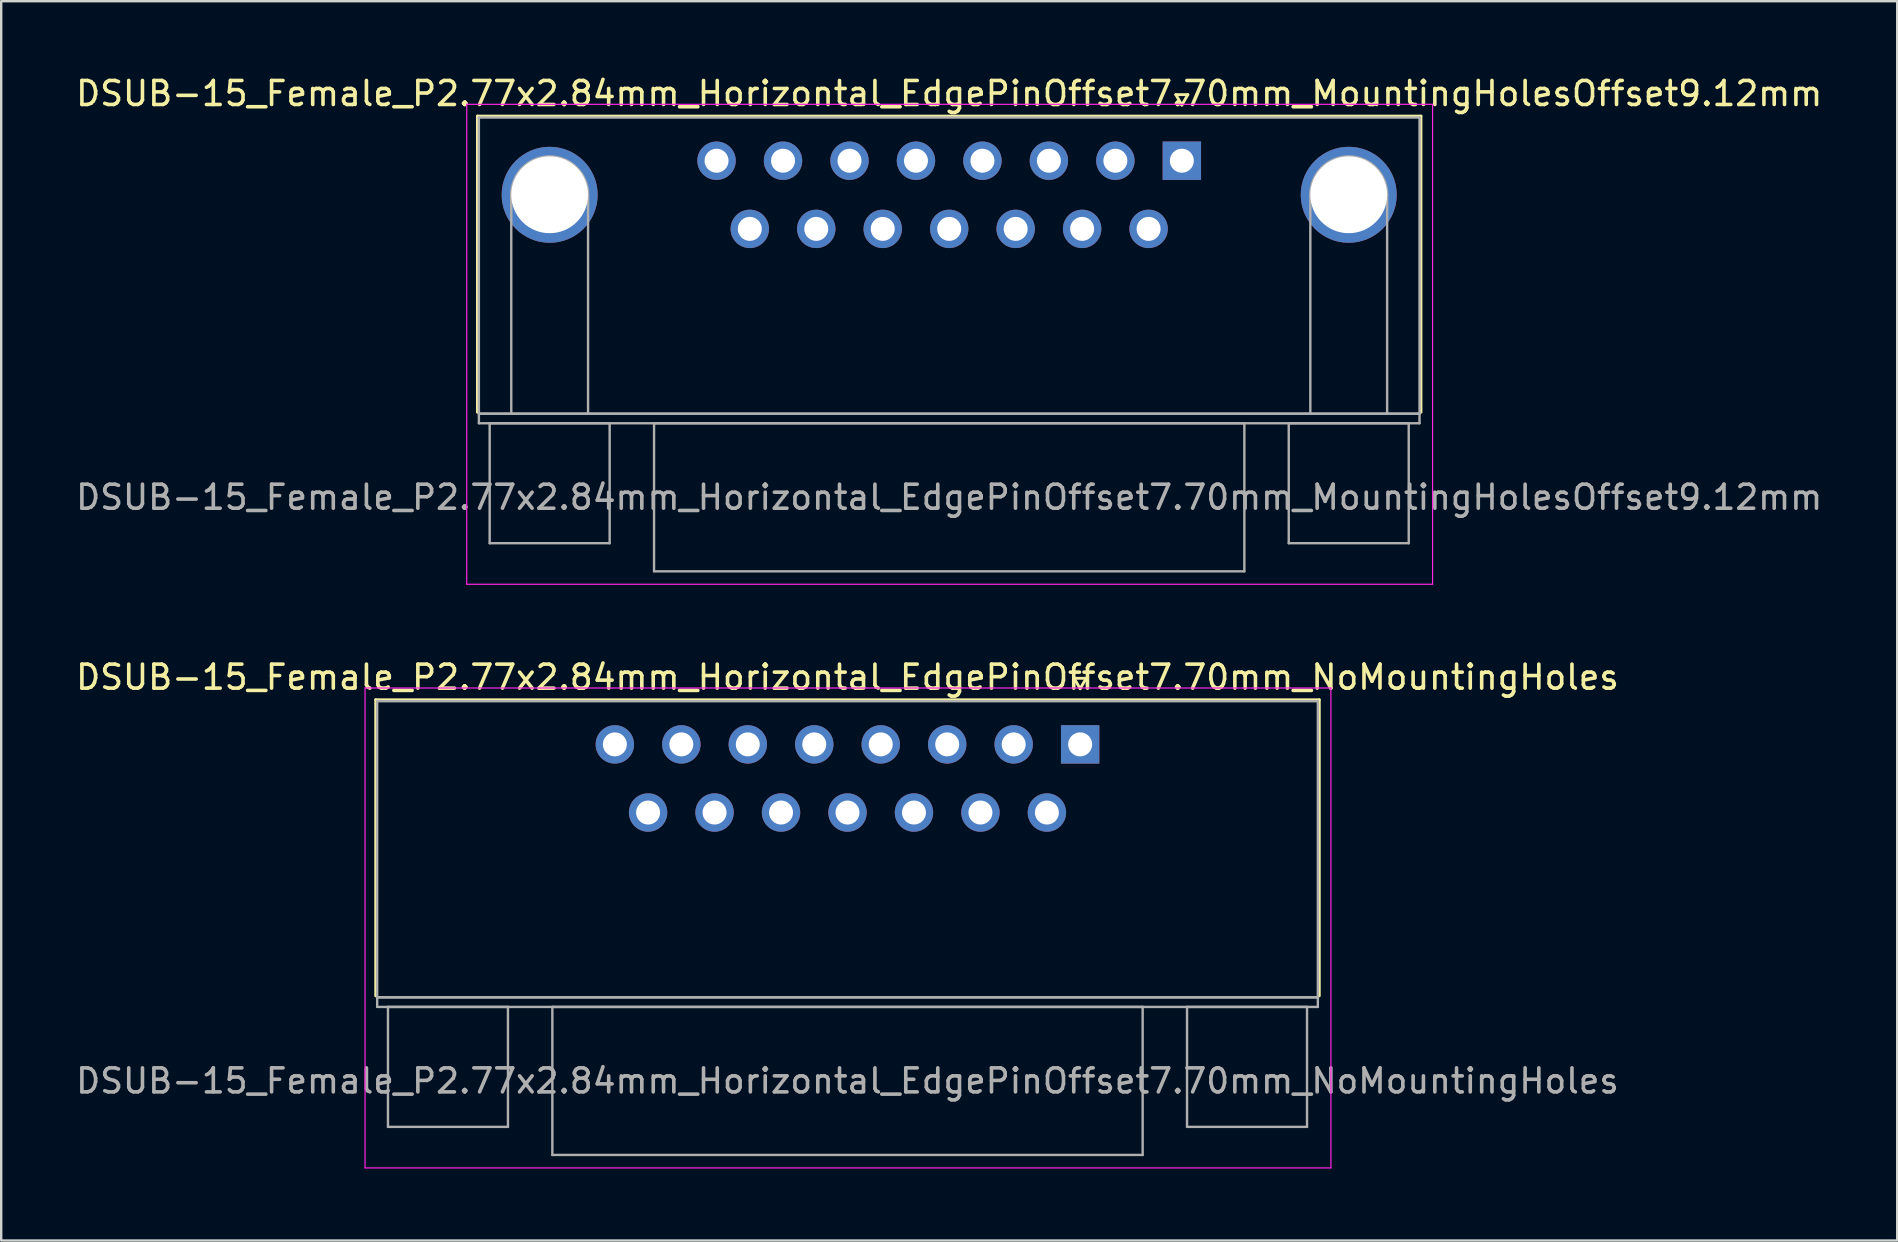
<source format=kicad_pcb>
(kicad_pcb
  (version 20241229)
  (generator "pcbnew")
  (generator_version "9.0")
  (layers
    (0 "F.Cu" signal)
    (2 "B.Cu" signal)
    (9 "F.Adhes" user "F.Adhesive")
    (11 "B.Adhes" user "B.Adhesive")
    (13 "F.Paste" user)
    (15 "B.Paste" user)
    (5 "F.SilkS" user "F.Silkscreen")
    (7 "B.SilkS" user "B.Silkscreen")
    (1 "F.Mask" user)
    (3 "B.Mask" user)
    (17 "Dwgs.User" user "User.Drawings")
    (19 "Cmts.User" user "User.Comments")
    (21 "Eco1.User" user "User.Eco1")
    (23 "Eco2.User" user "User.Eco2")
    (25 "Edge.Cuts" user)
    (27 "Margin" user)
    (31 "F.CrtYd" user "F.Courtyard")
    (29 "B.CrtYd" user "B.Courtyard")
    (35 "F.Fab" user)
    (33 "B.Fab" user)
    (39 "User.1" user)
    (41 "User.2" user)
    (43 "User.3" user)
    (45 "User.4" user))
  (footprint "DSUB-15_Female_P2.77x2.84mm_Horizontal_EdgePinOffset7.70mm_NoMountingHoles"
    (layer "F.Cu")
    (at 41.963 27.971)
    (property "Reference" "DSUB-15_Female_P2.77x2.84mm_Horizontal_EdgePinOffset7.70mm_NoMountingHoles" (at -9.695 -2.8 0) (layer "F.SilkS") (effects (font (size 1 1) (thickness 0.15))))
    (attr through_hole)
    (fp_line (start -29.355 -1.86) (end 9.965 -1.86) (stroke (width 0.12) (type solid)) (layer "F.SilkS"))
    (fp_line (start -29.355 10.48) (end -29.355 -1.86) (stroke (width 0.12) (type solid)) (layer "F.SilkS"))
    (fp_line (start -0.25 -2.754) (end 0.25 -2.754) (stroke (width 0.12) (type solid)) (layer "F.SilkS"))
    (fp_line (start 0 -2.321) (end -0.25 -2.754) (stroke (width 0.12) (type solid)) (layer "F.SilkS"))
    (fp_line (start 0.25 -2.754) (end 0 -2.321) (stroke (width 0.12) (type solid)) (layer "F.SilkS"))
    (fp_line (start 9.965 -1.86) (end 9.965 10.48) (stroke (width 0.12) (type solid)) (layer "F.SilkS"))
    (fp_line (start -29.8 -2.35) (end -29.8 17.65) (stroke (width 0.05) (type solid)) (layer "F.CrtYd"))
    (fp_line (start -29.8 17.65) (end 10.45 17.65) (stroke (width 0.05) (type solid)) (layer "F.CrtYd"))
    (fp_line (start 10.45 -2.35) (end -29.8 -2.35) (stroke (width 0.05) (type solid)) (layer "F.CrtYd"))
    (fp_line (start 10.45 17.65) (end 10.45 -2.35) (stroke (width 0.05) (type solid)) (layer "F.CrtYd"))
    (fp_line (start -29.295 -1.8) (end -29.295 10.54) (stroke (width 0.1) (type solid)) (layer "F.Fab"))
    (fp_line (start -29.295 10.54) (end -29.295 10.94) (stroke (width 0.1) (type solid)) (layer "F.Fab"))
    (fp_line (start -29.295 10.54) (end 9.905 10.54) (stroke (width 0.1) (type solid)) (layer "F.Fab"))
    (fp_line (start -29.295 10.94) (end 9.905 10.94) (stroke (width 0.1) (type solid)) (layer "F.Fab"))
    (fp_line (start -28.845 10.94) (end -28.845 15.94) (stroke (width 0.1) (type solid)) (layer "F.Fab"))
    (fp_line (start -28.845 15.94) (end -23.845 15.94) (stroke (width 0.1) (type solid)) (layer "F.Fab"))
    (fp_line (start -23.845 10.94) (end -28.845 10.94) (stroke (width 0.1) (type solid)) (layer "F.Fab"))
    (fp_line (start -23.845 15.94) (end -23.845 10.94) (stroke (width 0.1) (type solid)) (layer "F.Fab"))
    (fp_line (start -21.995 10.94) (end -21.995 17.11) (stroke (width 0.1) (type solid)) (layer "F.Fab"))
    (fp_line (start -21.995 17.11) (end 2.605 17.11) (stroke (width 0.1) (type solid)) (layer "F.Fab"))
    (fp_line (start 2.605 10.94) (end -21.995 10.94) (stroke (width 0.1) (type solid)) (layer "F.Fab"))
    (fp_line (start 2.605 17.11) (end 2.605 10.94) (stroke (width 0.1) (type solid)) (layer "F.Fab"))
    (fp_line (start 4.455 10.94) (end 4.455 15.94) (stroke (width 0.1) (type solid)) (layer "F.Fab"))
    (fp_line (start 4.455 15.94) (end 9.455 15.94) (stroke (width 0.1) (type solid)) (layer "F.Fab"))
    (fp_line (start 9.455 10.94) (end 4.455 10.94) (stroke (width 0.1) (type solid)) (layer "F.Fab"))
    (fp_line (start 9.455 15.94) (end 9.455 10.94) (stroke (width 0.1) (type solid)) (layer "F.Fab"))
    (fp_line (start 9.905 -1.8) (end -29.295 -1.8) (stroke (width 0.1) (type solid)) (layer "F.Fab"))
    (fp_line (start 9.905 10.54) (end -29.295 10.54) (stroke (width 0.1) (type solid)) (layer "F.Fab"))
    (fp_line (start 9.905 10.54) (end 9.905 -1.8) (stroke (width 0.1) (type solid)) (layer "F.Fab"))
    (fp_line (start 9.905 10.94) (end 9.905 10.54) (stroke (width 0.1) (type solid)) (layer "F.Fab"))
    (fp_text user "${REFERENCE}" (at -9.695 14.025 0) (layer "F.Fab") (effects (font (size 1 1) (thickness 0.15))))
    (pad "1" thru_hole rect (at 0 0) (size 1.6 1.6) (drill 1) (layers "*.Cu" "*.Mask"))
    (pad "2" thru_hole circle (at -2.77 0) (size 1.6 1.6) (drill 1) (layers "*.Cu" "*.Mask"))
    (pad "3" thru_hole circle (at -5.54 0) (size 1.6 1.6) (drill 1) (layers "*.Cu" "*.Mask"))
    (pad "4" thru_hole circle (at -8.31 0) (size 1.6 1.6) (drill 1) (layers "*.Cu" "*.Mask"))
    (pad "5" thru_hole circle (at -11.08 0) (size 1.6 1.6) (drill 1) (layers "*.Cu" "*.Mask"))
    (pad "6" thru_hole circle (at -13.85 0) (size 1.6 1.6) (drill 1) (layers "*.Cu" "*.Mask"))
    (pad "7" thru_hole circle (at -16.62 0) (size 1.6 1.6) (drill 1) (layers "*.Cu" "*.Mask"))
    (pad "8" thru_hole circle (at -19.39 0) (size 1.6 1.6) (drill 1) (layers "*.Cu" "*.Mask"))
    (pad "9" thru_hole circle (at -1.385 2.84) (size 1.6 1.6) (drill 1) (layers "*.Cu" "*.Mask"))
    (pad "10" thru_hole circle (at -4.155 2.84) (size 1.6 1.6) (drill 1) (layers "*.Cu" "*.Mask"))
    (pad "11" thru_hole circle (at -6.925 2.84) (size 1.6 1.6) (drill 1) (layers "*.Cu" "*.Mask"))
    (pad "12" thru_hole circle (at -9.695 2.84) (size 1.6 1.6) (drill 1) (layers "*.Cu" "*.Mask"))
    (pad "13" thru_hole circle (at -12.465 2.84) (size 1.6 1.6) (drill 1) (layers "*.Cu" "*.Mask"))
    (pad "14" thru_hole circle (at -15.235 2.84) (size 1.6 1.6) (drill 1) (layers "*.Cu" "*.Mask"))
    (pad "15" thru_hole circle (at -18.005 2.84) (size 1.6 1.6) (drill 1) (layers "*.Cu" "*.Mask")))
  (footprint "DSUB-15_Female_P2.77x2.84mm_Horizontal_EdgePinOffset7.70mm_MountingHolesOffset9.12mm"
    (layer "F.Cu")
    (at 46.201 3.648)
    (property "Reference" "DSUB-15_Female_P2.77x2.84mm_Horizontal_EdgePinOffset7.70mm_MountingHolesOffset9.12mm" (at -9.695 -2.8 0) (layer "F.SilkS") (effects (font (size 1 1) (thickness 0.15))))
    (attr through_hole)
    (fp_line (start -29.355 -1.86) (end 9.965 -1.86) (stroke (width 0.12) (type solid)) (layer "F.SilkS"))
    (fp_line (start -29.355 10.48) (end -29.355 -1.86) (stroke (width 0.12) (type solid)) (layer "F.SilkS"))
    (fp_line (start -0.25 -2.754) (end 0.25 -2.754) (stroke (width 0.12) (type solid)) (layer "F.SilkS"))
    (fp_line (start 0 -2.321) (end -0.25 -2.754) (stroke (width 0.12) (type solid)) (layer "F.SilkS"))
    (fp_line (start 0.25 -2.754) (end 0 -2.321) (stroke (width 0.12) (type solid)) (layer "F.SilkS"))
    (fp_line (start 9.965 -1.86) (end 9.965 10.48) (stroke (width 0.12) (type solid)) (layer "F.SilkS"))
    (fp_line (start -29.8 -2.35) (end -29.8 17.65) (stroke (width 0.05) (type solid)) (layer "F.CrtYd"))
    (fp_line (start -29.8 17.65) (end 10.45 17.65) (stroke (width 0.05) (type solid)) (layer "F.CrtYd"))
    (fp_line (start 10.45 -2.35) (end -29.8 -2.35) (stroke (width 0.05) (type solid)) (layer "F.CrtYd"))
    (fp_line (start 10.45 17.65) (end 10.45 -2.35) (stroke (width 0.05) (type solid)) (layer "F.CrtYd"))
    (fp_line (start -29.295 -1.8) (end -29.295 10.54) (stroke (width 0.1) (type solid)) (layer "F.Fab"))
    (fp_line (start -29.295 10.54) (end -29.295 10.94) (stroke (width 0.1) (type solid)) (layer "F.Fab"))
    (fp_line (start -29.295 10.54) (end 9.905 10.54) (stroke (width 0.1) (type solid)) (layer "F.Fab"))
    (fp_line (start -29.295 10.94) (end 9.905 10.94) (stroke (width 0.1) (type solid)) (layer "F.Fab"))
    (fp_line (start -28.845 10.94) (end -28.845 15.94) (stroke (width 0.1) (type solid)) (layer "F.Fab"))
    (fp_line (start -28.845 15.94) (end -23.845 15.94) (stroke (width 0.1) (type solid)) (layer "F.Fab"))
    (fp_line (start -27.945 10.54) (end -27.945 1.42) (stroke (width 0.1) (type solid)) (layer "F.Fab"))
    (fp_line (start -24.745 10.54) (end -24.745 1.42) (stroke (width 0.1) (type solid)) (layer "F.Fab"))
    (fp_line (start -23.845 10.94) (end -28.845 10.94) (stroke (width 0.1) (type solid)) (layer "F.Fab"))
    (fp_line (start -23.845 15.94) (end -23.845 10.94) (stroke (width 0.1) (type solid)) (layer "F.Fab"))
    (fp_line (start -21.995 10.94) (end -21.995 17.11) (stroke (width 0.1) (type solid)) (layer "F.Fab"))
    (fp_line (start -21.995 17.11) (end 2.605 17.11) (stroke (width 0.1) (type solid)) (layer "F.Fab"))
    (fp_line (start 2.605 10.94) (end -21.995 10.94) (stroke (width 0.1) (type solid)) (layer "F.Fab"))
    (fp_line (start 2.605 17.11) (end 2.605 10.94) (stroke (width 0.1) (type solid)) (layer "F.Fab"))
    (fp_line (start 4.455 10.94) (end 4.455 15.94) (stroke (width 0.1) (type solid)) (layer "F.Fab"))
    (fp_line (start 4.455 15.94) (end 9.455 15.94) (stroke (width 0.1) (type solid)) (layer "F.Fab"))
    (fp_line (start 5.355 10.54) (end 5.355 1.42) (stroke (width 0.1) (type solid)) (layer "F.Fab"))
    (fp_line (start 8.555 10.54) (end 8.555 1.42) (stroke (width 0.1) (type solid)) (layer "F.Fab"))
    (fp_line (start 9.455 10.94) (end 4.455 10.94) (stroke (width 0.1) (type solid)) (layer "F.Fab"))
    (fp_line (start 9.455 15.94) (end 9.455 10.94) (stroke (width 0.1) (type solid)) (layer "F.Fab"))
    (fp_line (start 9.905 -1.8) (end -29.295 -1.8) (stroke (width 0.1) (type solid)) (layer "F.Fab"))
    (fp_line (start 9.905 10.54) (end -29.295 10.54) (stroke (width 0.1) (type solid)) (layer "F.Fab"))
    (fp_line (start 9.905 10.54) (end 9.905 -1.8) (stroke (width 0.1) (type solid)) (layer "F.Fab"))
    (fp_line (start 9.905 10.94) (end 9.905 10.54) (stroke (width 0.1) (type solid)) (layer "F.Fab"))
    (fp_arc (start -27.945 1.42) (mid -26.345 -0.18) (end -24.745 1.42) (stroke (width 0.1) (type solid)) (layer "F.Fab"))
    (fp_arc (start 5.355 1.42) (mid 6.955 -0.18) (end 8.555 1.42) (stroke (width 0.1) (type solid)) (layer "F.Fab"))
    (fp_text user "${REFERENCE}" (at -9.695 14.025 0) (layer "F.Fab") (effects (font (size 1 1) (thickness 0.15))))
    (pad "0" thru_hole circle (at -26.345 1.42) (size 4 4) (drill 3.2) (layers "*.Cu" "*.Mask"))
    (pad "0" thru_hole circle (at 6.955 1.42) (size 4 4) (drill 3.2) (layers "*.Cu" "*.Mask"))
    (pad "1" thru_hole rect (at 0 0) (size 1.6 1.6) (drill 1) (layers "*.Cu" "*.Mask"))
    (pad "2" thru_hole circle (at -2.77 0) (size 1.6 1.6) (drill 1) (layers "*.Cu" "*.Mask"))
    (pad "3" thru_hole circle (at -5.54 0) (size 1.6 1.6) (drill 1) (layers "*.Cu" "*.Mask"))
    (pad "4" thru_hole circle (at -8.31 0) (size 1.6 1.6) (drill 1) (layers "*.Cu" "*.Mask"))
    (pad "5" thru_hole circle (at -11.08 0) (size 1.6 1.6) (drill 1) (layers "*.Cu" "*.Mask"))
    (pad "6" thru_hole circle (at -13.85 0) (size 1.6 1.6) (drill 1) (layers "*.Cu" "*.Mask"))
    (pad "7" thru_hole circle (at -16.62 0) (size 1.6 1.6) (drill 1) (layers "*.Cu" "*.Mask"))
    (pad "8" thru_hole circle (at -19.39 0) (size 1.6 1.6) (drill 1) (layers "*.Cu" "*.Mask"))
    (pad "9" thru_hole circle (at -1.385 2.84) (size 1.6 1.6) (drill 1) (layers "*.Cu" "*.Mask"))
    (pad "10" thru_hole circle (at -4.155 2.84) (size 1.6 1.6) (drill 1) (layers "*.Cu" "*.Mask"))
    (pad "11" thru_hole circle (at -6.925 2.84) (size 1.6 1.6) (drill 1) (layers "*.Cu" "*.Mask"))
    (pad "12" thru_hole circle (at -9.695 2.84) (size 1.6 1.6) (drill 1) (layers "*.Cu" "*.Mask"))
    (pad "13" thru_hole circle (at -12.465 2.84) (size 1.6 1.6) (drill 1) (layers "*.Cu" "*.Mask"))
    (pad "14" thru_hole circle (at -15.235 2.84) (size 1.6 1.6) (drill 1) (layers "*.Cu" "*.Mask"))
    (pad "15" thru_hole circle (at -18.005 2.84) (size 1.6 1.6) (drill 1) (layers "*.Cu" "*.Mask")))
  (gr_rect
    (start -3 -3)
    (end 76.012 48.647)
    (stroke (width 0.1) (type default))
    (fill no)
    (layer "Edge.Cuts")))
</source>
